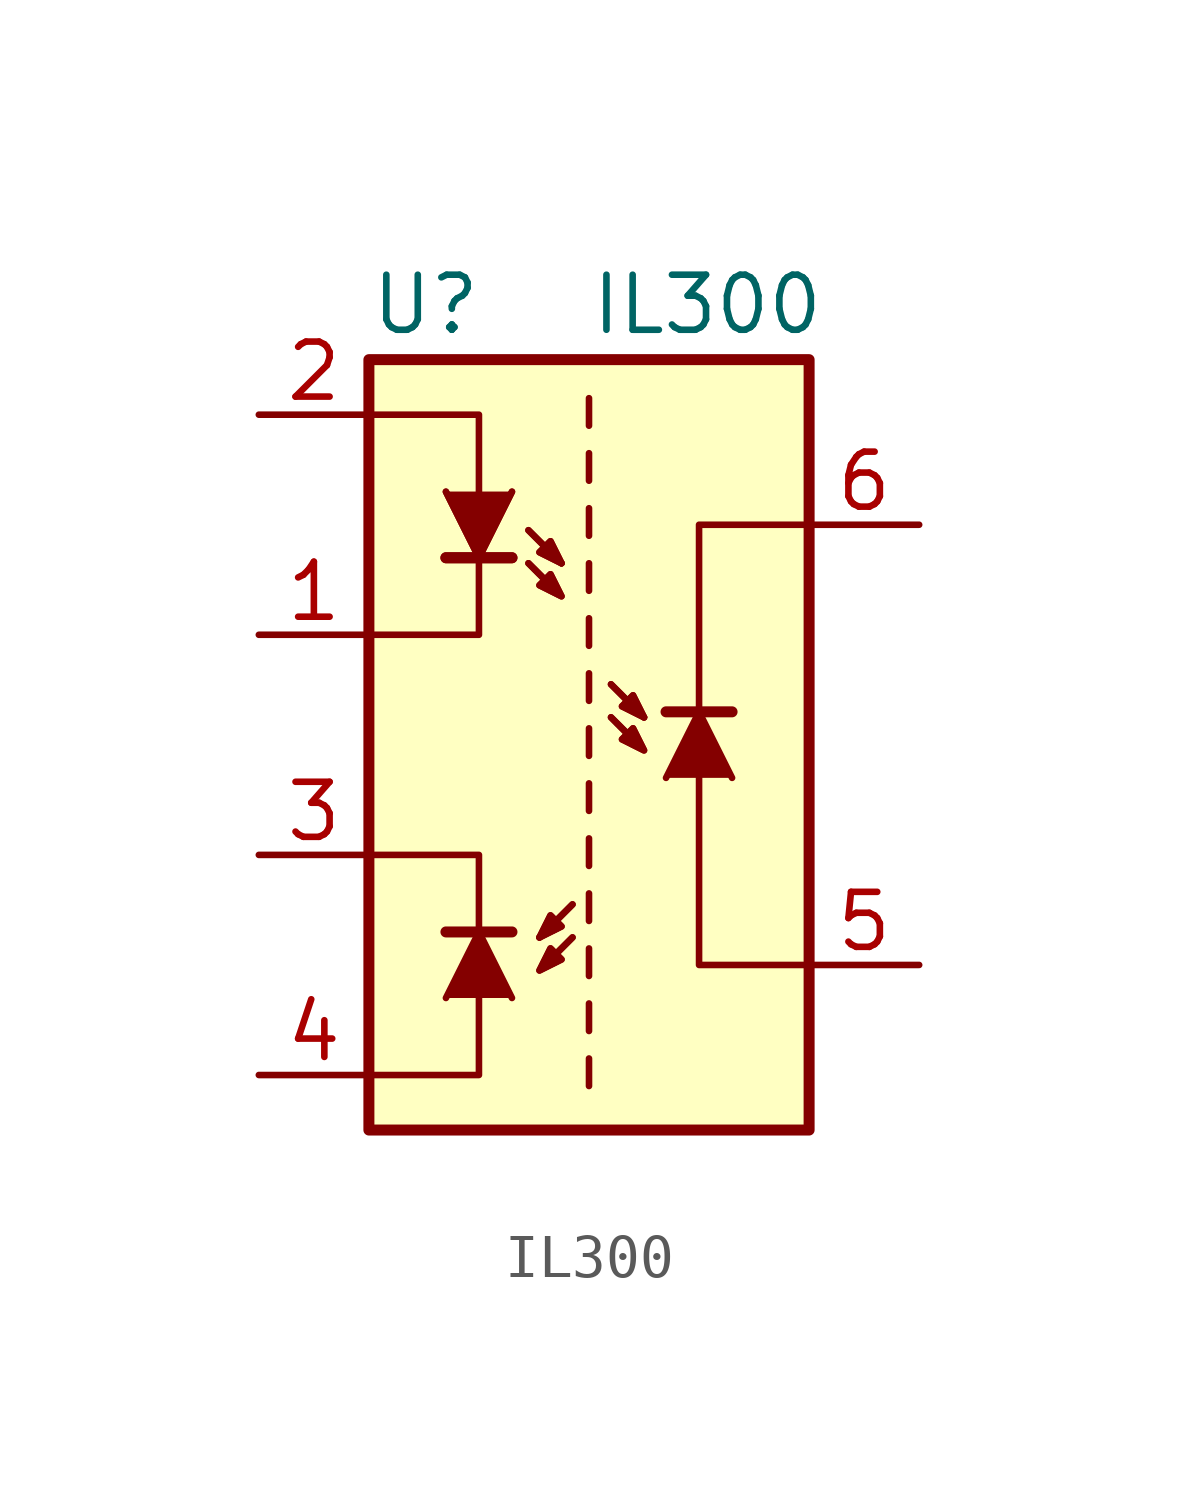
<source format=kicad_sym>
(kicad_symbol_lib
  (version 20211014)
  (generator kicad_symbol_editor)
  (symbol "IL300"
    (pin_names
      (offset 1.016))
    (property "Reference" "U"
      (at -5.08 10.16 0)
      (effects (font (size 1.27 1.27)) (justify left)))
    (property "Value" "IL300"
      (at 0 10.16 0)
      (effects (font (size 1.27 1.27)) (justify left)))
    (symbol "IL300_0_1"
      (rectangle (start -5.08 8.89) (end 5.08 -8.89) (stroke (width 0.254) (type default) (color 0 0 0 0)) (fill (type background)))
      (polyline (pts (xy -3.302 -4.318) (xy -1.778 -4.318)) (stroke (width 0.254) (type default) (color 0 0 0 0)) (fill (type none)))
      (polyline (pts (xy -1.778 4.318) (xy -3.302 4.318)) (stroke (width 0.254) (type default) (color 0 0 0 0)) (fill (type none)))
      (polyline (pts (xy -1.778 4.318) (xy -3.302 4.318)) (stroke (width 0.254) (type default) (color 0 0 0 0)) (fill (type none)))
      (polyline (pts (xy 0 -7.239) (xy 0 -7.874)) (stroke (width 0) (type default) (color 0 0 0 0)) (fill (type none)))
      (polyline (pts (xy 0 -5.969) (xy 0 -6.604)) (stroke (width 0) (type default) (color 0 0 0 0)) (fill (type none)))
      (polyline (pts (xy 0 -4.699) (xy 0 -5.334)) (stroke (width 0) (type default) (color 0 0 0 0)) (fill (type none)))
      (polyline (pts (xy 0 -3.429) (xy 0 -4.064)) (stroke (width 0) (type default) (color 0 0 0 0)) (fill (type none)))
      (polyline (pts (xy 0 -2.159) (xy 0 -2.794)) (stroke (width 0) (type default) (color 0 0 0 0)) (fill (type none)))
      (polyline (pts (xy 0 -0.889) (xy 0 -1.524)) (stroke (width 0) (type default) (color 0 0 0 0)) (fill (type none)))
      (polyline (pts (xy 0 0.381) (xy 0 -0.254)) (stroke (width 0) (type default) (color 0 0 0 0)) (fill (type none)))
      (polyline (pts (xy 0 1.651) (xy 0 1.016)) (stroke (width 0) (type default) (color 0 0 0 0)) (fill (type none)))
      (polyline (pts (xy 0 2.921) (xy 0 2.286)) (stroke (width 0) (type default) (color 0 0 0 0)) (fill (type none)))
      (polyline (pts (xy 0 4.191) (xy 0 3.556)) (stroke (width 0) (type default) (color 0 0 0 0)) (fill (type none)))
      (polyline (pts (xy 0 5.461) (xy 0 4.826)) (stroke (width 0) (type default) (color 0 0 0 0)) (fill (type none)))
      (polyline (pts (xy 0 6.731) (xy 0 6.096)) (stroke (width 0) (type default) (color 0 0 0 0)) (fill (type none)))
      (polyline (pts (xy 0 8.001) (xy 0 7.366)) (stroke (width 0) (type default) (color 0 0 0 0)) (fill (type none)))
      (polyline (pts (xy 1.778 0.762) (xy 3.302 0.762)) (stroke (width 0.254) (type default) (color 0 0 0 0)) (fill (type none)))
      (polyline (pts (xy -3.302 -5.842) (xy -2.54 -4.318) (xy -1.778 -5.842)) (stroke (width 0) (type default) (color 0 0 0 0)) (fill (type outline)))
      (polyline (pts (xy -1.778 5.842) (xy -2.54 4.318) (xy -3.302 5.842)) (stroke (width 0) (type default) (color 0 0 0 0)) (fill (type outline)))
      (polyline (pts (xy -1.778 5.842) (xy -2.54 4.318) (xy -3.302 5.842)) (stroke (width 0) (type default) (color 0 0 0 0)) (fill (type outline)))
      (polyline (pts (xy -1.397 4.953) (xy -0.635 4.191) (xy -0.635 4.191)) (stroke (width 0) (type default) (color 0 0 0 0)) (fill (type none)))
      (polyline (pts (xy -1.397 4.953) (xy -0.635 4.191) (xy -0.635 4.191)) (stroke (width 0) (type default) (color 0 0 0 0)) (fill (type none)))
      (polyline (pts (xy -0.381 -3.683) (xy -1.143 -4.445) (xy -1.143 -4.445)) (stroke (width 0) (type default) (color 0 0 0 0)) (fill (type none)))
      (polyline (pts (xy -0.381 -3.683) (xy -1.143 -4.445) (xy -1.143 -4.445)) (stroke (width 0) (type default) (color 0 0 0 0)) (fill (type none)))
      (polyline (pts (xy 0.508 1.397) (xy 1.27 0.635) (xy 1.27 0.635)) (stroke (width 0) (type default) (color 0 0 0 0)) (fill (type none)))
      (polyline (pts (xy 0.508 1.397) (xy 1.27 0.635) (xy 1.27 0.635)) (stroke (width 0) (type default) (color 0 0 0 0)) (fill (type none)))
      (polyline (pts (xy 1.778 -0.762) (xy 2.54 0.762) (xy 3.302 -0.762)) (stroke (width 0) (type default) (color 0 0 0 0)) (fill (type outline)))
      (polyline (pts (xy -5.08 -2.54) (xy -2.54 -2.54) (xy -2.54 -7.62) (xy -5.08 -7.62)) (stroke (width 0) (type default) (color 0 0 0 0)) (fill (type none)))
      (polyline (pts (xy -5.08 7.62) (xy -2.54 7.62) (xy -2.54 2.54) (xy -5.08 2.54)) (stroke (width 0) (type default) (color 0 0 0 0)) (fill (type none)))
      (polyline (pts (xy 5.08 5.08) (xy 2.54 5.08) (xy 2.54 -5.08) (xy 5.08 -5.08)) (stroke (width 0) (type default) (color 0 0 0 0)) (fill (type none)))
      (polyline (pts (xy -1.143 -4.445) (xy -0.889 -3.937) (xy -0.635 -4.191) (xy -1.143 -4.445) (xy -1.143 -4.445)) (stroke (width 0) (type default) (color 0 0 0 0)) (fill (type none)))
      (polyline (pts (xy -1.143 -4.445) (xy -0.889 -3.937) (xy -0.635 -4.191) (xy -1.143 -4.445) (xy -1.143 -4.445)) (stroke (width 0) (type default) (color 0 0 0 0)) (fill (type none)))
      (polyline (pts (xy -0.635 4.191) (xy -0.889 4.699) (xy -1.143 4.445) (xy -0.635 4.191) (xy -0.635 4.191)) (stroke (width 0) (type default) (color 0 0 0 0)) (fill (type none)))
      (polyline (pts (xy -0.635 4.191) (xy -0.889 4.699) (xy -1.143 4.445) (xy -0.635 4.191) (xy -0.635 4.191)) (stroke (width 0) (type default) (color 0 0 0 0)) (fill (type none)))
      (polyline (pts (xy 1.27 0.635) (xy 1.016 1.143) (xy 0.762 0.889) (xy 1.27 0.635) (xy 1.27 0.635)) (stroke (width 0) (type default) (color 0 0 0 0)) (fill (type none)))
      (polyline (pts (xy 1.27 0.635) (xy 1.016 1.143) (xy 0.762 0.889) (xy 1.27 0.635) (xy 1.27 0.635)) (stroke (width 0) (type default) (color 0 0 0 0)) (fill (type none)))
      (polyline (pts (xy -1.397 4.191) (xy -0.635 3.429) (xy -0.889 3.937) (xy -1.143 3.683) (xy -0.635 3.429) (xy -0.635 3.429)) (stroke (width 0) (type default) (color 0 0 0 0)) (fill (type none)))
      (polyline (pts (xy -1.397 4.191) (xy -0.635 3.429) (xy -0.889 3.937) (xy -1.143 3.683) (xy -0.635 3.429) (xy -0.635 3.429)) (stroke (width 0) (type default) (color 0 0 0 0)) (fill (type none)))
      (polyline (pts (xy -0.381 -4.445) (xy -1.143 -5.207) (xy -0.889 -4.699) (xy -0.635 -4.953) (xy -1.143 -5.207) (xy -1.143 -5.207)) (stroke (width 0) (type default) (color 0 0 0 0)) (fill (type none)))
      (polyline (pts (xy -0.381 -4.445) (xy -1.143 -5.207) (xy -0.889 -4.699) (xy -0.635 -4.953) (xy -1.143 -5.207) (xy -1.143 -5.207)) (stroke (width 0) (type default) (color 0 0 0 0)) (fill (type none)))
      (polyline (pts (xy 0.508 0.635) (xy 1.27 -0.127) (xy 1.016 0.381) (xy 0.762 0.127) (xy 1.27 -0.127) (xy 1.27 -0.127)) (stroke (width 0) (type default) (color 0 0 0 0)) (fill (type none)))
      (polyline (pts (xy 0.508 0.635) (xy 1.27 -0.127) (xy 1.016 0.381) (xy 0.762 0.127) (xy 1.27 -0.127) (xy 1.27 -0.127)) (stroke (width 0) (type default) (color 0 0 0 0)) (fill (type none))))
    (symbol "IL300_1_1"
      (pin passive line (at -7.62 2.54 0) (length 2.54) (name "~" (effects (font (size 1.27 1.27)))) (number "1" (effects (font (size 1.27 1.27)))))
      (pin passive line (at -7.62 7.62 0) (length 2.54) (name "~" (effects (font (size 1.27 1.27)))) (number "2" (effects (font (size 1.27 1.27)))))
      (pin passive line (at -7.62 -2.54 0) (length 2.54) (name "~" (effects (font (size 1.27 1.27)))) (number "3" (effects (font (size 1.27 1.27)))))
      (pin passive line (at -7.62 -7.62 0) (length 2.54) (name "~" (effects (font (size 1.27 1.27)))) (number "4" (effects (font (size 1.27 1.27)))))
      (pin passive line (at 7.62 -5.08 180) (length 2.54) (name "~" (effects (font (size 1.27 1.27)))) (number "5" (effects (font (size 1.27 1.27)))))
      (pin passive line (at 7.62 5.08 180) (length 2.54) (name "~" (effects (font (size 1.27 1.27)))) (number "6" (effects (font (size 1.27 1.27)))))
      (pin no_connect line (at 5.08 2.54 180) (length 2.54) hide (name "NC" (effects (font (size 1.27 1.27)))) (number "7" (effects (font (size 1.27 1.27)))))
      (pin no_connect line (at 5.08 0 180) (length 2.54) hide (name "NC" (effects (font (size 1.27 1.27)))) (number "8" (effects (font (size 1.27 1.27))))))))
</source>
